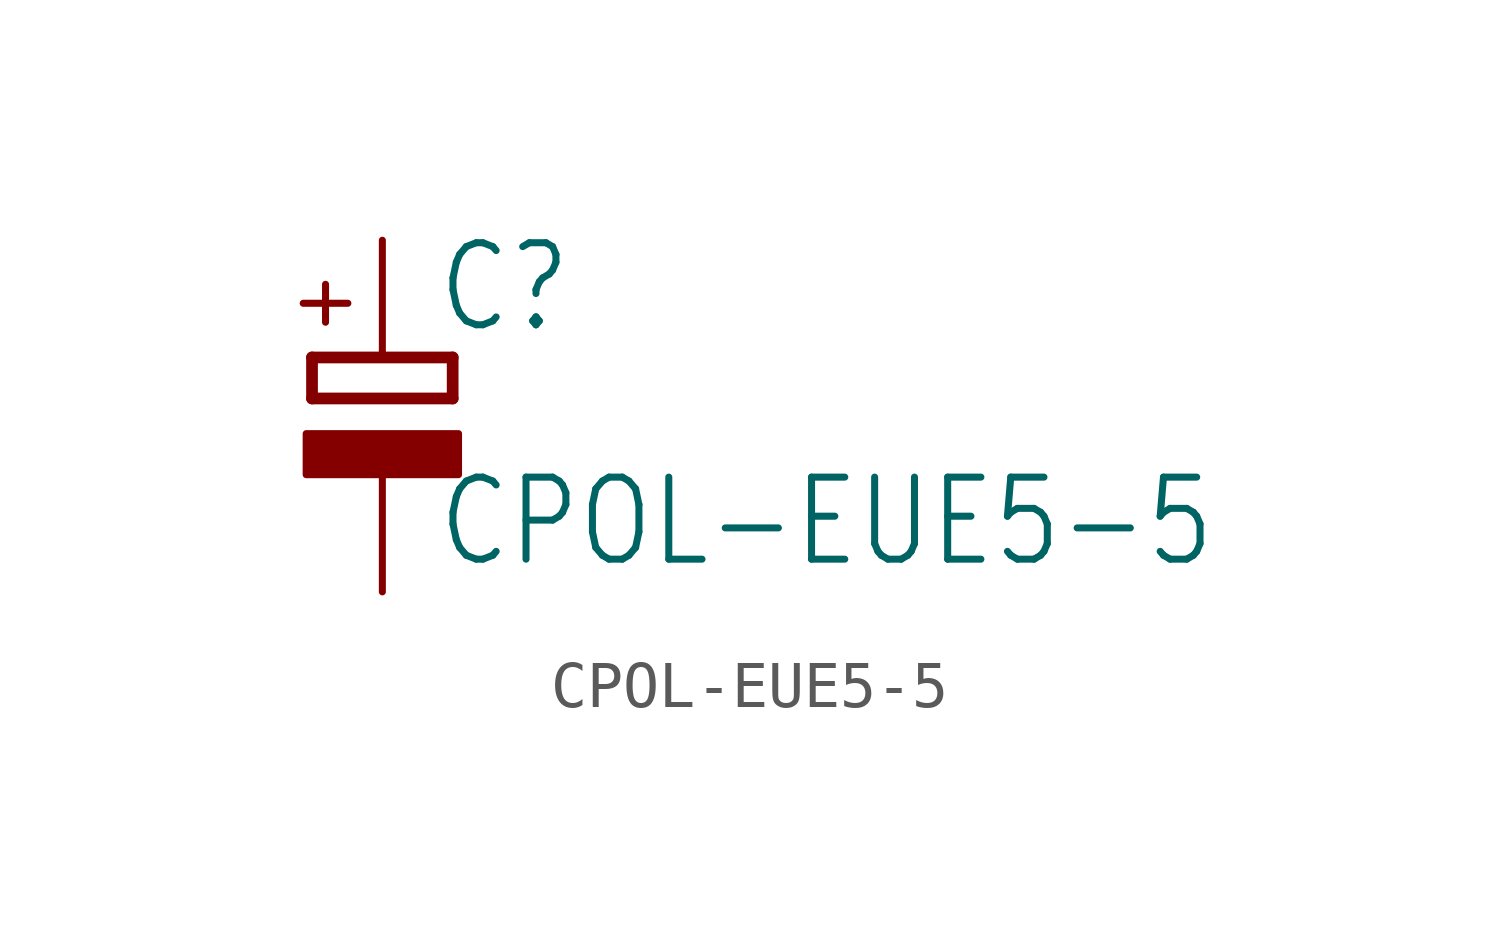
<source format=kicad_sym>
(kicad_symbol_lib
  (version 20210619)
  (generator kicad_symbol_editor)
  (symbol "CPOL-EUE5-5"
    (property "Reference" "C"
      (at 1.143 0.483 0)
      (effects (font (size 1.778 1.511)) (justify left bottom)))
    (property "Value" "CPOL-EUE5-5"
      (at 1.143 -4.597 0)
      (effects (font (size 1.778 1.511)) (justify left bottom)))
    (property "ki_locked" ""
      (at 0 0 0)
      (effects (font (size 1.27 1.27))))
    (symbol "CPOL-EUE5-5_1_0"
      (text "+" (at -0.584 0.406 900) (effects (font (size 1.27 1.079)) (justify left bottom)))
      (rectangle (start -1.651 -2.54) (end 1.651 -1.651) (stroke (width 0)) (fill (type outline)))
      (polyline (pts (xy -1.524 -0.889) (xy 1.524 -0.889)) (stroke (width 0.254)) (fill (type none)))
      (polyline (pts (xy -1.524 0) (xy -1.524 -0.889)) (stroke (width 0.254)) (fill (type none)))
      (polyline (pts (xy -1.524 0) (xy 1.524 0)) (stroke (width 0.254)) (fill (type none)))
      (polyline (pts (xy 1.524 -0.889) (xy 1.524 0)) (stroke (width 0.254)) (fill (type none)))
      (pin passive line (at 0 2.54 270) (length 2.54) (name "+" (effects (font (size 0 0)))) (number "+" (effects (font (size 0 0)))))
      (pin passive line (at 0 -5.08 90) (length 2.54) (name "-" (effects (font (size 0 0)))) (number "-" (effects (font (size 0 0))))))))
</source>
